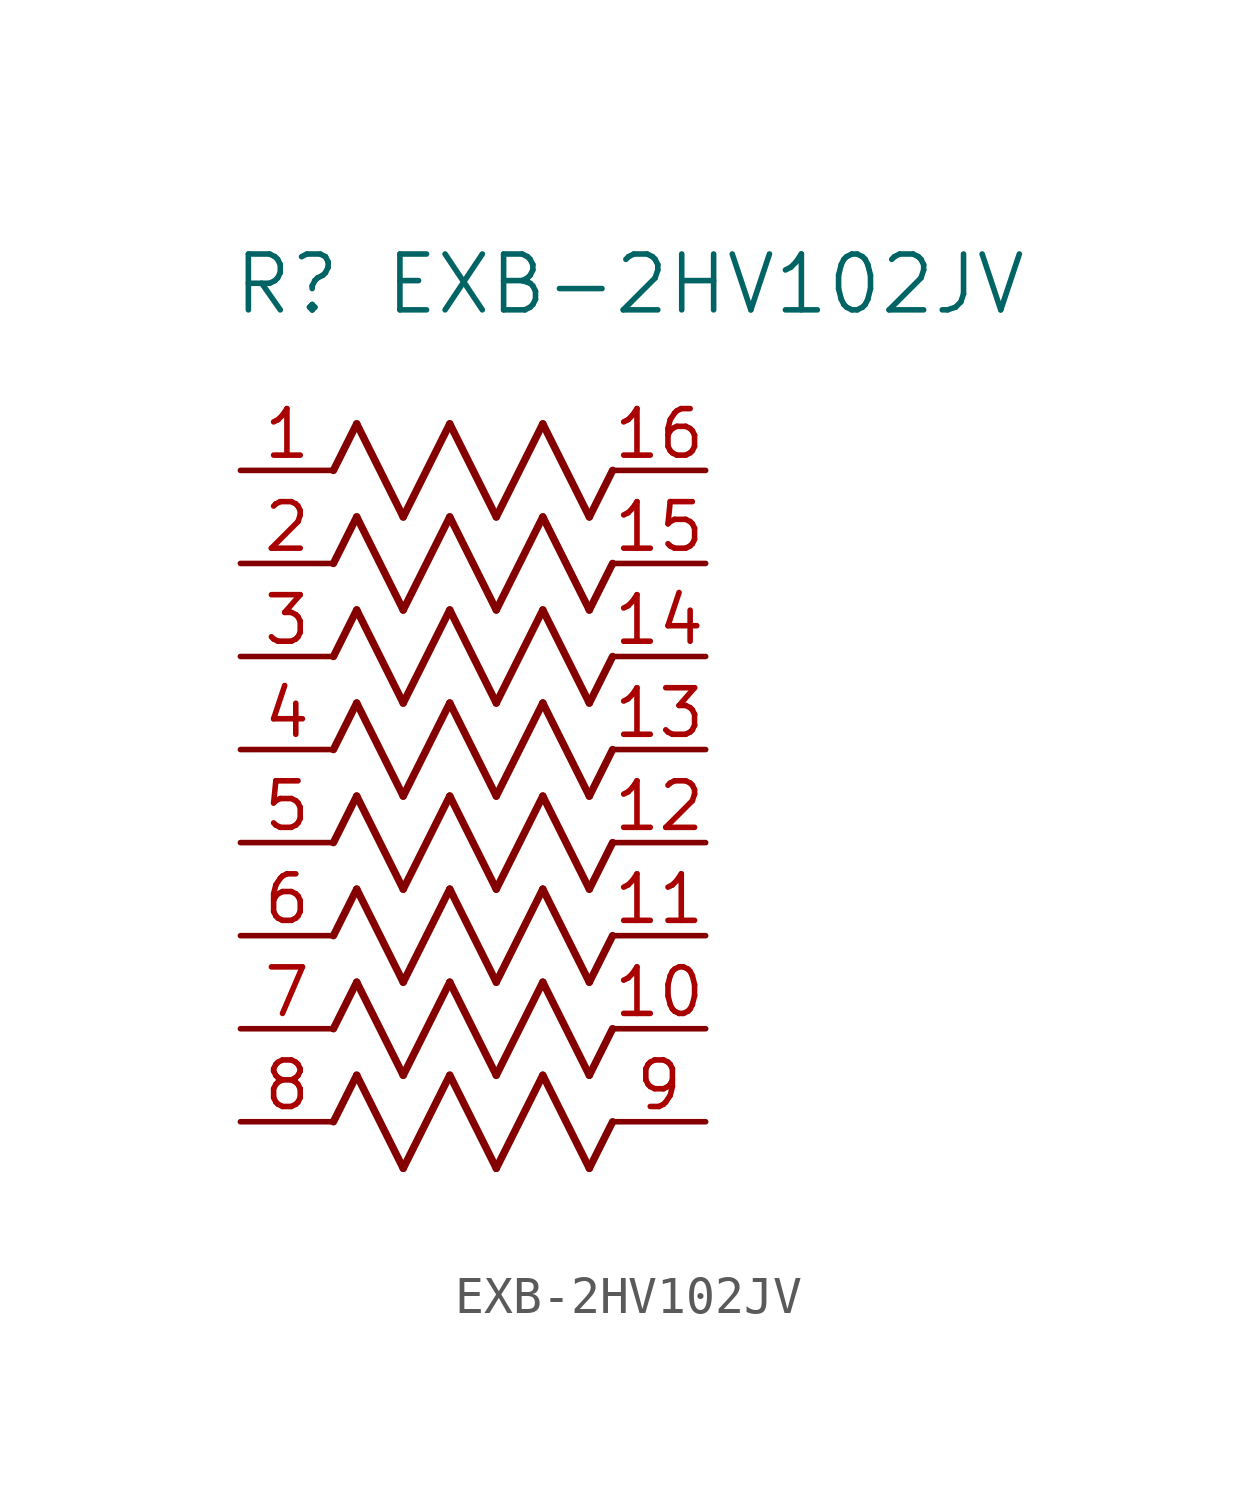
<source format=kicad_sym>
(kicad_symbol_lib
  (version 20220914)
  (generator kicad_symbol_editor)
  (symbol "EXB-2HV102JV"
    (pin_names
      (offset 0.254))
    (property "Reference" "R"
      (at 1.27 -12.7 0)
      (effects (font (size 1.524 1.524))))
    (property "Value" "EXB-2HV102JV"
      (at 12.7 -12.7 0)
      (effects (font (size 1.524 1.524))))
    (symbol "EXB-2HV102JV_0_1"
      (polyline (pts (xy 2.54 -35.56) (xy 3.175 -34.29)) (stroke (width 0.203) (type default)) (fill (type none)))
      (polyline (pts (xy 2.54 -33.02) (xy 3.175 -31.75)) (stroke (width 0.203) (type default)) (fill (type none)))
      (polyline (pts (xy 2.54 -30.48) (xy 3.175 -29.21)) (stroke (width 0.203) (type default)) (fill (type none)))
      (polyline (pts (xy 2.54 -27.94) (xy 3.175 -26.67)) (stroke (width 0.203) (type default)) (fill (type none)))
      (polyline (pts (xy 2.54 -25.4) (xy 3.175 -24.13)) (stroke (width 0.203) (type default)) (fill (type none)))
      (polyline (pts (xy 2.54 -22.86) (xy 3.175 -21.59)) (stroke (width 0.203) (type default)) (fill (type none)))
      (polyline (pts (xy 2.54 -20.32) (xy 3.175 -19.05)) (stroke (width 0.203) (type default)) (fill (type none)))
      (polyline (pts (xy 2.54 -17.78) (xy 3.175 -16.51)) (stroke (width 0.203) (type default)) (fill (type none)))
      (polyline (pts (xy 3.175 -34.29) (xy 4.445 -36.83)) (stroke (width 0.203) (type default)) (fill (type none)))
      (polyline (pts (xy 3.175 -31.75) (xy 4.445 -34.29)) (stroke (width 0.203) (type default)) (fill (type none)))
      (polyline (pts (xy 3.175 -29.21) (xy 4.445 -31.75)) (stroke (width 0.203) (type default)) (fill (type none)))
      (polyline (pts (xy 3.175 -26.67) (xy 4.445 -29.21)) (stroke (width 0.203) (type default)) (fill (type none)))
      (polyline (pts (xy 3.175 -24.13) (xy 4.445 -26.67)) (stroke (width 0.203) (type default)) (fill (type none)))
      (polyline (pts (xy 3.175 -21.59) (xy 4.445 -24.13)) (stroke (width 0.203) (type default)) (fill (type none)))
      (polyline (pts (xy 3.175 -19.05) (xy 4.445 -21.59)) (stroke (width 0.203) (type default)) (fill (type none)))
      (polyline (pts (xy 3.175 -16.51) (xy 4.445 -19.05)) (stroke (width 0.203) (type default)) (fill (type none)))
      (polyline (pts (xy 4.445 -36.83) (xy 5.715 -34.29)) (stroke (width 0.203) (type default)) (fill (type none)))
      (polyline (pts (xy 4.445 -34.29) (xy 5.715 -31.75)) (stroke (width 0.203) (type default)) (fill (type none)))
      (polyline (pts (xy 4.445 -31.75) (xy 5.715 -29.21)) (stroke (width 0.203) (type default)) (fill (type none)))
      (polyline (pts (xy 4.445 -29.21) (xy 5.715 -26.67)) (stroke (width 0.203) (type default)) (fill (type none)))
      (polyline (pts (xy 4.445 -26.67) (xy 5.715 -24.13)) (stroke (width 0.203) (type default)) (fill (type none)))
      (polyline (pts (xy 4.445 -24.13) (xy 5.715 -21.59)) (stroke (width 0.203) (type default)) (fill (type none)))
      (polyline (pts (xy 4.445 -21.59) (xy 5.715 -19.05)) (stroke (width 0.203) (type default)) (fill (type none)))
      (polyline (pts (xy 4.445 -19.05) (xy 5.715 -16.51)) (stroke (width 0.203) (type default)) (fill (type none)))
      (polyline (pts (xy 5.715 -34.29) (xy 6.985 -36.83)) (stroke (width 0.203) (type default)) (fill (type none)))
      (polyline (pts (xy 5.715 -31.75) (xy 6.985 -34.29)) (stroke (width 0.203) (type default)) (fill (type none)))
      (polyline (pts (xy 5.715 -29.21) (xy 6.985 -31.75)) (stroke (width 0.203) (type default)) (fill (type none)))
      (polyline (pts (xy 5.715 -26.67) (xy 6.985 -29.21)) (stroke (width 0.203) (type default)) (fill (type none)))
      (polyline (pts (xy 5.715 -24.13) (xy 6.985 -26.67)) (stroke (width 0.203) (type default)) (fill (type none)))
      (polyline (pts (xy 5.715 -21.59) (xy 6.985 -24.13)) (stroke (width 0.203) (type default)) (fill (type none)))
      (polyline (pts (xy 5.715 -19.05) (xy 6.985 -21.59)) (stroke (width 0.203) (type default)) (fill (type none)))
      (polyline (pts (xy 5.715 -16.51) (xy 6.985 -19.05)) (stroke (width 0.203) (type default)) (fill (type none)))
      (polyline (pts (xy 6.985 -36.83) (xy 8.255 -34.29)) (stroke (width 0.203) (type default)) (fill (type none)))
      (polyline (pts (xy 6.985 -34.29) (xy 8.255 -31.75)) (stroke (width 0.203) (type default)) (fill (type none)))
      (polyline (pts (xy 6.985 -31.75) (xy 8.255 -29.21)) (stroke (width 0.203) (type default)) (fill (type none)))
      (polyline (pts (xy 6.985 -29.21) (xy 8.255 -26.67)) (stroke (width 0.203) (type default)) (fill (type none)))
      (polyline (pts (xy 6.985 -26.67) (xy 8.255 -24.13)) (stroke (width 0.203) (type default)) (fill (type none)))
      (polyline (pts (xy 6.985 -24.13) (xy 8.255 -21.59)) (stroke (width 0.203) (type default)) (fill (type none)))
      (polyline (pts (xy 6.985 -21.59) (xy 8.255 -19.05)) (stroke (width 0.203) (type default)) (fill (type none)))
      (polyline (pts (xy 6.985 -19.05) (xy 8.255 -16.51)) (stroke (width 0.203) (type default)) (fill (type none)))
      (polyline (pts (xy 8.255 -34.29) (xy 9.525 -36.83)) (stroke (width 0.203) (type default)) (fill (type none)))
      (polyline (pts (xy 8.255 -31.75) (xy 9.525 -34.29)) (stroke (width 0.203) (type default)) (fill (type none)))
      (polyline (pts (xy 8.255 -29.21) (xy 9.525 -31.75)) (stroke (width 0.203) (type default)) (fill (type none)))
      (polyline (pts (xy 8.255 -26.67) (xy 9.525 -29.21)) (stroke (width 0.203) (type default)) (fill (type none)))
      (polyline (pts (xy 8.255 -24.13) (xy 9.525 -26.67)) (stroke (width 0.203) (type default)) (fill (type none)))
      (polyline (pts (xy 8.255 -21.59) (xy 9.525 -24.13)) (stroke (width 0.203) (type default)) (fill (type none)))
      (polyline (pts (xy 8.255 -19.05) (xy 9.525 -21.59)) (stroke (width 0.203) (type default)) (fill (type none)))
      (polyline (pts (xy 8.255 -16.51) (xy 9.525 -19.05)) (stroke (width 0.203) (type default)) (fill (type none)))
      (polyline (pts (xy 9.525 -36.83) (xy 10.16 -35.56)) (stroke (width 0.203) (type default)) (fill (type none)))
      (polyline (pts (xy 9.525 -34.29) (xy 10.16 -33.02)) (stroke (width 0.203) (type default)) (fill (type none)))
      (polyline (pts (xy 9.525 -31.75) (xy 10.16 -30.48)) (stroke (width 0.203) (type default)) (fill (type none)))
      (polyline (pts (xy 9.525 -29.21) (xy 10.16 -27.94)) (stroke (width 0.203) (type default)) (fill (type none)))
      (polyline (pts (xy 9.525 -26.67) (xy 10.16 -25.4)) (stroke (width 0.203) (type default)) (fill (type none)))
      (polyline (pts (xy 9.525 -24.13) (xy 10.16 -22.86)) (stroke (width 0.203) (type default)) (fill (type none)))
      (polyline (pts (xy 9.525 -21.59) (xy 10.16 -20.32)) (stroke (width 0.203) (type default)) (fill (type none)))
      (polyline (pts (xy 9.525 -19.05) (xy 10.16 -17.78)) (stroke (width 0.203) (type default)) (fill (type none)))
      (pin unspecified line (at 0 -17.78 0) (length 2.54) (name "" (effects (font (size 1.27 1.27)))) (number "1" (effects (font (size 1.27 1.27)))))
      (pin unspecified line (at 12.7 -33.02 180) (length 2.54) (name "" (effects (font (size 1.27 1.27)))) (number "10" (effects (font (size 1.27 1.27)))))
      (pin unspecified line (at 12.7 -30.48 180) (length 2.54) (name "" (effects (font (size 1.27 1.27)))) (number "11" (effects (font (size 1.27 1.27)))))
      (pin unspecified line (at 12.7 -27.94 180) (length 2.54) (name "" (effects (font (size 1.27 1.27)))) (number "12" (effects (font (size 1.27 1.27)))))
      (pin unspecified line (at 12.7 -25.4 180) (length 2.54) (name "" (effects (font (size 1.27 1.27)))) (number "13" (effects (font (size 1.27 1.27)))))
      (pin unspecified line (at 12.7 -22.86 180) (length 2.54) (name "" (effects (font (size 1.27 1.27)))) (number "14" (effects (font (size 1.27 1.27)))))
      (pin unspecified line (at 12.7 -20.32 180) (length 2.54) (name "" (effects (font (size 1.27 1.27)))) (number "15" (effects (font (size 1.27 1.27)))))
      (pin unspecified line (at 12.7 -17.78 180) (length 2.54) (name "" (effects (font (size 1.27 1.27)))) (number "16" (effects (font (size 1.27 1.27)))))
      (pin unspecified line (at 0 -20.32 0) (length 2.54) (name "" (effects (font (size 1.27 1.27)))) (number "2" (effects (font (size 1.27 1.27)))))
      (pin unspecified line (at 0 -22.86 0) (length 2.54) (name "" (effects (font (size 1.27 1.27)))) (number "3" (effects (font (size 1.27 1.27)))))
      (pin unspecified line (at 0 -25.4 0) (length 2.54) (name "" (effects (font (size 1.27 1.27)))) (number "4" (effects (font (size 1.27 1.27)))))
      (pin unspecified line (at 0 -27.94 0) (length 2.54) (name "" (effects (font (size 1.27 1.27)))) (number "5" (effects (font (size 1.27 1.27)))))
      (pin unspecified line (at 0 -30.48 0) (length 2.54) (name "" (effects (font (size 1.27 1.27)))) (number "6" (effects (font (size 1.27 1.27)))))
      (pin unspecified line (at 0 -33.02 0) (length 2.54) (name "" (effects (font (size 1.27 1.27)))) (number "7" (effects (font (size 1.27 1.27)))))
      (pin unspecified line (at 0 -35.56 0) (length 2.54) (name "" (effects (font (size 1.27 1.27)))) (number "8" (effects (font (size 1.27 1.27)))))
      (pin unspecified line (at 12.7 -35.56 180) (length 2.54) (name "" (effects (font (size 1.27 1.27)))) (number "9" (effects (font (size 1.27 1.27))))))))
</source>
